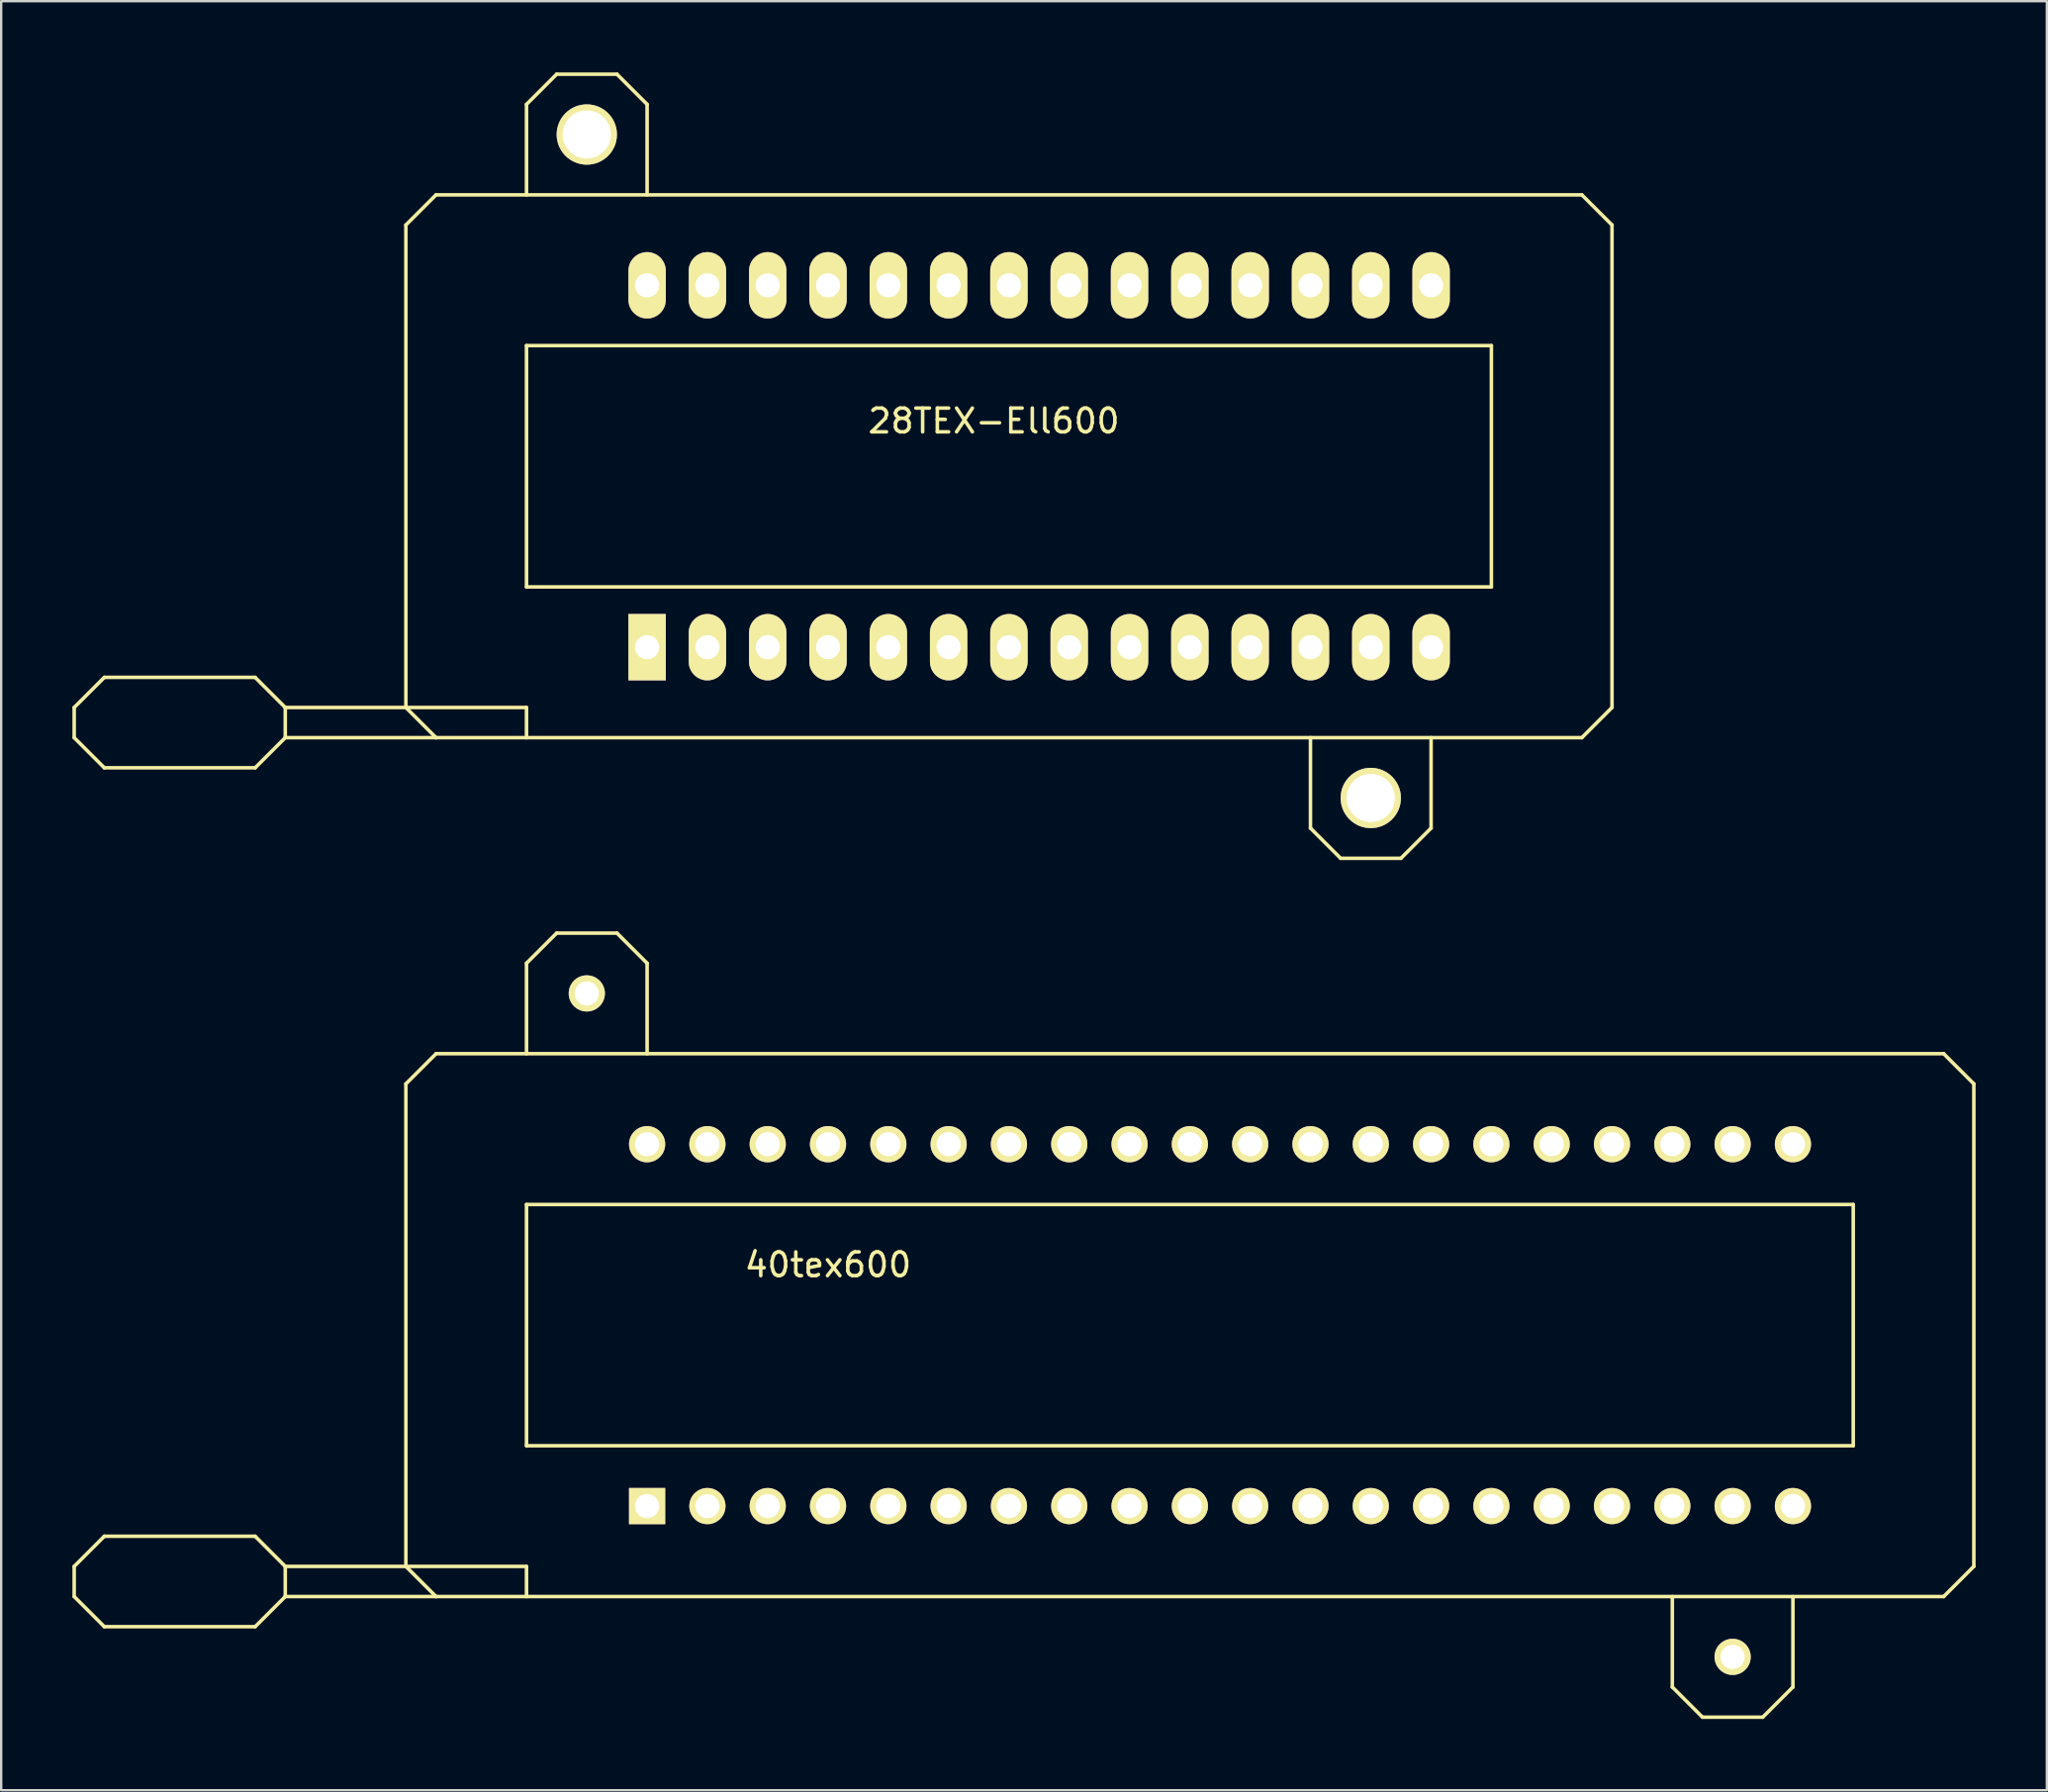
<source format=kicad_pcb>
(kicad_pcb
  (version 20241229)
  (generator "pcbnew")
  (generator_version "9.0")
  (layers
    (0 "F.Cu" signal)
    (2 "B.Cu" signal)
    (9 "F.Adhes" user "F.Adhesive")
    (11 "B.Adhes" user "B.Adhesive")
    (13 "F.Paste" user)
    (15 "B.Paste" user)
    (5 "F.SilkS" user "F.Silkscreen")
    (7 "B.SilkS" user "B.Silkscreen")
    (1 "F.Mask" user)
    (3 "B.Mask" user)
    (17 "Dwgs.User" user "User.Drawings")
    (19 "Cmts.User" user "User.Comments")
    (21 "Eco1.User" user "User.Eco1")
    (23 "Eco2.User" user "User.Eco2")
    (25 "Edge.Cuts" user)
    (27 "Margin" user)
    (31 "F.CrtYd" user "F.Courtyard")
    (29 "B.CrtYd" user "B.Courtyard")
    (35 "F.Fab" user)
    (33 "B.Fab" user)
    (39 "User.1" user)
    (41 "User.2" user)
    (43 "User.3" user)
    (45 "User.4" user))
  (footprint "40tex600"
    (layer "F.Cu")
    (at 48.335 52.755)
    (property "Reference" "40tex600" (at -16.51 -2.54 0) (layer "F.SilkS") (effects (font (size 1 1) (thickness 0.15))))
    (attr through_hole)
    (fp_line (start -48.26 10.16) (end -48.26 11.43) (stroke (width 0.15) (type solid)) (layer "F.SilkS"))
    (fp_line (start -48.26 11.43) (end -46.99 12.7) (stroke (width 0.15) (type solid)) (layer "F.SilkS"))
    (fp_line (start -46.99 8.89) (end -48.26 10.16) (stroke (width 0.15) (type solid)) (layer "F.SilkS"))
    (fp_line (start -46.99 12.7) (end -40.64 12.7) (stroke (width 0.15) (type solid)) (layer "F.SilkS"))
    (fp_line (start -40.64 8.89) (end -46.99 8.89) (stroke (width 0.15) (type solid)) (layer "F.SilkS"))
    (fp_line (start -40.64 12.7) (end -39.37 11.43) (stroke (width 0.15) (type solid)) (layer "F.SilkS"))
    (fp_line (start -39.37 10.16) (end -40.64 8.89) (stroke (width 0.15) (type solid)) (layer "F.SilkS"))
    (fp_line (start -39.37 10.16) (end -29.21 10.16) (stroke (width 0.15) (type solid)) (layer "F.SilkS"))
    (fp_line (start -39.37 11.43) (end -39.37 10.16) (stroke (width 0.15) (type solid)) (layer "F.SilkS"))
    (fp_line (start -39.37 11.43) (end -33.02 11.43) (stroke (width 0.15) (type solid)) (layer "F.SilkS"))
    (fp_line (start -34.29 -10.16) (end -33.02 -11.43) (stroke (width 0.15) (type solid)) (layer "F.SilkS"))
    (fp_line (start -34.29 10.16) (end -34.29 -10.16) (stroke (width 0.15) (type solid)) (layer "F.SilkS"))
    (fp_line (start -33.02 -11.43) (end 30.48 -11.43) (stroke (width 0.15) (type solid)) (layer "F.SilkS"))
    (fp_line (start -33.02 11.43) (end -34.29 10.16) (stroke (width 0.15) (type solid)) (layer "F.SilkS"))
    (fp_line (start -29.21 -15.24) (end -29.21 -11.43) (stroke (width 0.15) (type solid)) (layer "F.SilkS"))
    (fp_line (start -29.21 -5.08) (end 26.67 -5.08) (stroke (width 0.15) (type solid)) (layer "F.SilkS"))
    (fp_line (start -29.21 5.08) (end -29.21 -5.08) (stroke (width 0.15) (type solid)) (layer "F.SilkS"))
    (fp_line (start -29.21 10.16) (end -29.21 11.43) (stroke (width 0.15) (type solid)) (layer "F.SilkS"))
    (fp_line (start -27.94 -16.51) (end -29.21 -15.24) (stroke (width 0.15) (type solid)) (layer "F.SilkS"))
    (fp_line (start -25.4 -16.51) (end -27.94 -16.51) (stroke (width 0.15) (type solid)) (layer "F.SilkS"))
    (fp_line (start -24.13 -15.24) (end -25.4 -16.51) (stroke (width 0.15) (type solid)) (layer "F.SilkS"))
    (fp_line (start -24.13 -11.43) (end -24.13 -15.24) (stroke (width 0.15) (type solid)) (layer "F.SilkS"))
    (fp_line (start 19.05 15.24) (end 19.05 11.43) (stroke (width 0.15) (type solid)) (layer "F.SilkS"))
    (fp_line (start 20.32 16.51) (end 19.05 15.24) (stroke (width 0.15) (type solid)) (layer "F.SilkS"))
    (fp_line (start 22.86 16.51) (end 20.32 16.51) (stroke (width 0.15) (type solid)) (layer "F.SilkS"))
    (fp_line (start 24.13 11.43) (end 24.13 15.24) (stroke (width 0.15) (type solid)) (layer "F.SilkS"))
    (fp_line (start 24.13 15.24) (end 22.86 16.51) (stroke (width 0.15) (type solid)) (layer "F.SilkS"))
    (fp_line (start 26.67 -5.08) (end 26.67 5.08) (stroke (width 0.15) (type solid)) (layer "F.SilkS"))
    (fp_line (start 26.67 5.08) (end -29.21 5.08) (stroke (width 0.15) (type solid)) (layer "F.SilkS"))
    (fp_line (start 30.48 -11.43) (end 31.75 -10.16) (stroke (width 0.15) (type solid)) (layer "F.SilkS"))
    (fp_line (start 30.48 11.43) (end -33.02 11.43) (stroke (width 0.15) (type solid)) (layer "F.SilkS"))
    (fp_line (start 31.75 -10.16) (end 31.75 10.16) (stroke (width 0.15) (type solid)) (layer "F.SilkS"))
    (fp_line (start 31.75 10.16) (end 30.48 11.43) (stroke (width 0.15) (type solid)) (layer "F.SilkS"))
    (pad "1" thru_hole rect (at -24.13 7.62) (size 1.524 1.524) (drill 1.016) (layers "*.Cu" "*.Mask" "F.SilkS"))
    (pad "2" thru_hole circle (at -21.59 7.62) (size 1.524 1.524) (drill 1.016) (layers "*.Cu" "*.Mask" "F.SilkS"))
    (pad "3" thru_hole circle (at -19.05 7.62) (size 1.524 1.524) (drill 1.016) (layers "*.Cu" "*.Mask" "F.SilkS"))
    (pad "4" thru_hole circle (at -16.51 7.62) (size 1.524 1.524) (drill 1.016) (layers "*.Cu" "*.Mask" "F.SilkS"))
    (pad "5" thru_hole circle (at -13.97 7.62) (size 1.524 1.524) (drill 1.016) (layers "*.Cu" "*.Mask" "F.SilkS"))
    (pad "6" thru_hole circle (at -11.43 7.62) (size 1.524 1.524) (drill 1.016) (layers "*.Cu" "*.Mask" "F.SilkS"))
    (pad "7" thru_hole circle (at -8.89 7.62) (size 1.524 1.524) (drill 1.016) (layers "*.Cu" "*.Mask" "F.SilkS"))
    (pad "8" thru_hole circle (at -6.35 7.62) (size 1.524 1.524) (drill 1.016) (layers "*.Cu" "*.Mask" "F.SilkS"))
    (pad "9" thru_hole circle (at -3.81 7.62) (size 1.524 1.524) (drill 1.016) (layers "*.Cu" "*.Mask" "F.SilkS"))
    (pad "10" thru_hole circle (at -1.27 7.62) (size 1.524 1.524) (drill 1.016) (layers "*.Cu" "*.Mask" "F.SilkS"))
    (pad "11" thru_hole circle (at 1.27 7.62) (size 1.524 1.524) (drill 1.016) (layers "*.Cu" "*.Mask" "F.SilkS"))
    (pad "12" thru_hole circle (at 3.81 7.62) (size 1.524 1.524) (drill 1.016) (layers "*.Cu" "*.Mask" "F.SilkS"))
    (pad "13" thru_hole circle (at 6.35 7.62) (size 1.524 1.524) (drill 1.016) (layers "*.Cu" "*.Mask" "F.SilkS"))
    (pad "14" thru_hole circle (at 8.89 7.62) (size 1.524 1.524) (drill 1.016) (layers "*.Cu" "*.Mask" "F.SilkS"))
    (pad "15" thru_hole circle (at 11.43 7.62) (size 1.524 1.524) (drill 1.016) (layers "*.Cu" "*.Mask" "F.SilkS"))
    (pad "16" thru_hole circle (at 13.97 7.62) (size 1.524 1.524) (drill 1.016) (layers "*.Cu" "*.Mask" "F.SilkS"))
    (pad "17" thru_hole circle (at 16.51 7.62) (size 1.524 1.524) (drill 1.016) (layers "*.Cu" "*.Mask" "F.SilkS"))
    (pad "18" thru_hole circle (at 19.05 7.62) (size 1.524 1.524) (drill 1.016) (layers "*.Cu" "*.Mask" "F.SilkS"))
    (pad "19" thru_hole circle (at 21.59 7.62) (size 1.524 1.524) (drill 1.016) (layers "*.Cu" "*.Mask" "F.SilkS"))
    (pad "20" thru_hole circle (at 24.13 7.62) (size 1.524 1.524) (drill 1.016) (layers "*.Cu" "*.Mask" "F.SilkS"))
    (pad "21" thru_hole circle (at 24.13 -7.62) (size 1.524 1.524) (drill 1.016) (layers "*.Cu" "*.Mask" "F.SilkS"))
    (pad "22" thru_hole circle (at 21.59 -7.62) (size 1.524 1.524) (drill 1.016) (layers "*.Cu" "*.Mask" "F.SilkS"))
    (pad "23" thru_hole circle (at 19.05 -7.62) (size 1.524 1.524) (drill 1.016) (layers "*.Cu" "*.Mask" "F.SilkS"))
    (pad "24" thru_hole circle (at 16.51 -7.62) (size 1.524 1.524) (drill 1.016) (layers "*.Cu" "*.Mask" "F.SilkS"))
    (pad "25" thru_hole circle (at 13.97 -7.62) (size 1.524 1.524) (drill 1.016) (layers "*.Cu" "*.Mask" "F.SilkS"))
    (pad "26" thru_hole circle (at 11.43 -7.62) (size 1.524 1.524) (drill 1.016) (layers "*.Cu" "*.Mask" "F.SilkS"))
    (pad "27" thru_hole circle (at 8.89 -7.62) (size 1.524 1.524) (drill 1.016) (layers "*.Cu" "*.Mask" "F.SilkS"))
    (pad "28" thru_hole circle (at 6.35 -7.62) (size 1.524 1.524) (drill 1.016) (layers "*.Cu" "*.Mask" "F.SilkS"))
    (pad "29" thru_hole circle (at 3.81 -7.62) (size 1.524 1.524) (drill 1.016) (layers "*.Cu" "*.Mask" "F.SilkS"))
    (pad "30" thru_hole circle (at 1.27 -7.62) (size 1.524 1.524) (drill 1.016) (layers "*.Cu" "*.Mask" "F.SilkS"))
    (pad "31" thru_hole circle (at -1.27 -7.62) (size 1.524 1.524) (drill 1.016) (layers "*.Cu" "*.Mask" "F.SilkS"))
    (pad "32" thru_hole circle (at -3.81 -7.62) (size 1.524 1.524) (drill 1.016) (layers "*.Cu" "*.Mask" "F.SilkS"))
    (pad "33" thru_hole circle (at -6.35 -7.62) (size 1.524 1.524) (drill 1.016) (layers "*.Cu" "*.Mask" "F.SilkS"))
    (pad "34" thru_hole circle (at -8.89 -7.62) (size 1.524 1.524) (drill 1.016) (layers "*.Cu" "*.Mask" "F.SilkS"))
    (pad "35" thru_hole circle (at -11.43 -7.62) (size 1.524 1.524) (drill 1.016) (layers "*.Cu" "*.Mask" "F.SilkS"))
    (pad "36" thru_hole circle (at -13.97 -7.62) (size 1.524 1.524) (drill 1.016) (layers "*.Cu" "*.Mask" "F.SilkS"))
    (pad "37" thru_hole circle (at -16.51 -7.62) (size 1.524 1.524) (drill 1.016) (layers "*.Cu" "*.Mask" "F.SilkS"))
    (pad "38" thru_hole circle (at -19.05 -7.62) (size 1.524 1.524) (drill 1.016) (layers "*.Cu" "*.Mask" "F.SilkS"))
    (pad "39" thru_hole circle (at -21.59 -7.62) (size 1.524 1.524) (drill 1.016) (layers "*.Cu" "*.Mask" "F.SilkS"))
    (pad "40" thru_hole circle (at -24.13 -7.62) (size 1.524 1.524) (drill 1.016) (layers "*.Cu" "*.Mask" "F.SilkS"))
    (pad "HOLE" thru_hole circle (at -26.67 -13.97) (size 1.524 1.524) (drill 1.016) (layers "*.Cu" "*.Mask" "F.SilkS"))
    (pad "HOLE" thru_hole circle (at 21.59 13.97) (size 1.524 1.524) (drill 1.016) (layers "*.Cu" "*.Mask" "F.SilkS")))
  (footprint "28TEX-Ell600"
    (layer "F.Cu")
    (at 40.715 16.585)
    (property "Reference" "28TEX-Ell600" (at -1.905 -1.905 0) (layer "F.SilkS") (effects (font (size 1 1) (thickness 0.15))))
    (attr through_hole)
    (fp_line (start -40.64 10.16) (end -40.64 11.43) (stroke (width 0.15) (type solid)) (layer "F.SilkS"))
    (fp_line (start -40.64 11.43) (end -39.37 12.7) (stroke (width 0.15) (type solid)) (layer "F.SilkS"))
    (fp_line (start -39.37 8.89) (end -40.64 10.16) (stroke (width 0.15) (type solid)) (layer "F.SilkS"))
    (fp_line (start -39.37 12.7) (end -33.02 12.7) (stroke (width 0.15) (type solid)) (layer "F.SilkS"))
    (fp_line (start -33.02 8.89) (end -39.37 8.89) (stroke (width 0.15) (type solid)) (layer "F.SilkS"))
    (fp_line (start -33.02 12.7) (end -31.75 11.43) (stroke (width 0.15) (type solid)) (layer "F.SilkS"))
    (fp_line (start -31.75 10.16) (end -33.02 8.89) (stroke (width 0.15) (type solid)) (layer "F.SilkS"))
    (fp_line (start -31.75 10.16) (end -21.59 10.16) (stroke (width 0.15) (type solid)) (layer "F.SilkS"))
    (fp_line (start -31.75 11.43) (end -31.75 10.16) (stroke (width 0.15) (type solid)) (layer "F.SilkS"))
    (fp_line (start -31.75 11.43) (end -25.4 11.43) (stroke (width 0.15) (type solid)) (layer "F.SilkS"))
    (fp_line (start -26.67 -10.16) (end -26.67 10.16) (stroke (width 0.15) (type solid)) (layer "F.SilkS"))
    (fp_line (start -26.67 10.16) (end -25.4 11.43) (stroke (width 0.15) (type solid)) (layer "F.SilkS"))
    (fp_line (start -25.4 -11.43) (end -26.67 -10.16) (stroke (width 0.15) (type solid)) (layer "F.SilkS"))
    (fp_line (start -25.4 11.43) (end 22.86 11.43) (stroke (width 0.15) (type solid)) (layer "F.SilkS"))
    (fp_line (start -21.59 -15.24) (end -21.59 -11.43) (stroke (width 0.15) (type solid)) (layer "F.SilkS"))
    (fp_line (start -21.59 -5.08) (end -21.59 5.08) (stroke (width 0.15) (type solid)) (layer "F.SilkS"))
    (fp_line (start -21.59 5.08) (end 19.05 5.08) (stroke (width 0.15) (type solid)) (layer "F.SilkS"))
    (fp_line (start -21.59 10.16) (end -21.59 11.43) (stroke (width 0.15) (type solid)) (layer "F.SilkS"))
    (fp_line (start -20.32 -16.51) (end -21.59 -15.24) (stroke (width 0.15) (type solid)) (layer "F.SilkS"))
    (fp_line (start -17.78 -16.51) (end -20.32 -16.51) (stroke (width 0.15) (type solid)) (layer "F.SilkS"))
    (fp_line (start -16.51 -15.24) (end -17.78 -16.51) (stroke (width 0.15) (type solid)) (layer "F.SilkS"))
    (fp_line (start -16.51 -11.43) (end -16.51 -15.24) (stroke (width 0.15) (type solid)) (layer "F.SilkS"))
    (fp_line (start 11.43 15.24) (end 11.43 11.43) (stroke (width 0.15) (type solid)) (layer "F.SilkS"))
    (fp_line (start 12.7 16.51) (end 11.43 15.24) (stroke (width 0.15) (type solid)) (layer "F.SilkS"))
    (fp_line (start 15.24 16.51) (end 12.7 16.51) (stroke (width 0.15) (type solid)) (layer "F.SilkS"))
    (fp_line (start 16.51 11.43) (end 16.51 15.24) (stroke (width 0.15) (type solid)) (layer "F.SilkS"))
    (fp_line (start 16.51 15.24) (end 15.24 16.51) (stroke (width 0.15) (type solid)) (layer "F.SilkS"))
    (fp_line (start 19.05 -5.08) (end -21.59 -5.08) (stroke (width 0.15) (type solid)) (layer "F.SilkS"))
    (fp_line (start 19.05 5.08) (end 19.05 -5.08) (stroke (width 0.15) (type solid)) (layer "F.SilkS"))
    (fp_line (start 22.86 -11.43) (end -25.4 -11.43) (stroke (width 0.15) (type solid)) (layer "F.SilkS"))
    (fp_line (start 22.86 11.43) (end 24.13 10.16) (stroke (width 0.15) (type solid)) (layer "F.SilkS"))
    (fp_line (start 24.13 -10.16) (end 22.86 -11.43) (stroke (width 0.15) (type solid)) (layer "F.SilkS"))
    (fp_line (start 24.13 10.16) (end 24.13 -10.16) (stroke (width 0.15) (type solid)) (layer "F.SilkS"))
    (pad "1" thru_hole rect (at -16.51 7.62) (size 1.575 2.794) (drill 1.016) (layers "*.Cu" "*.Mask" "F.SilkS"))
    (pad "2" thru_hole oval (at -13.97 7.62) (size 1.575 2.794) (drill 1.016) (layers "*.Cu" "*.Mask" "F.SilkS"))
    (pad "3" thru_hole oval (at -11.43 7.62) (size 1.575 2.794) (drill 1.016) (layers "*.Cu" "*.Mask" "F.SilkS"))
    (pad "4" thru_hole oval (at -8.89 7.62) (size 1.575 2.794) (drill 1.016) (layers "*.Cu" "*.Mask" "F.SilkS"))
    (pad "5" thru_hole oval (at -6.35 7.62) (size 1.575 2.794) (drill 1.016) (layers "*.Cu" "*.Mask" "F.SilkS"))
    (pad "6" thru_hole oval (at -3.81 7.62) (size 1.575 2.794) (drill 1.016) (layers "*.Cu" "*.Mask" "F.SilkS"))
    (pad "7" thru_hole oval (at -1.27 7.62) (size 1.575 2.794) (drill 1.016) (layers "*.Cu" "*.Mask" "F.SilkS"))
    (pad "8" thru_hole oval (at 1.27 7.62) (size 1.575 2.794) (drill 1.016) (layers "*.Cu" "*.Mask" "F.SilkS"))
    (pad "9" thru_hole oval (at 3.81 7.62) (size 1.575 2.794) (drill 1.016) (layers "*.Cu" "*.Mask" "F.SilkS"))
    (pad "10" thru_hole oval (at 6.35 7.62) (size 1.575 2.794) (drill 1.016) (layers "*.Cu" "*.Mask" "F.SilkS"))
    (pad "11" thru_hole oval (at 8.89 7.62) (size 1.575 2.794) (drill 1.016) (layers "*.Cu" "*.Mask" "F.SilkS"))
    (pad "12" thru_hole oval (at 11.43 7.62) (size 1.575 2.794) (drill 1.016) (layers "*.Cu" "*.Mask" "F.SilkS"))
    (pad "13" thru_hole oval (at 13.97 7.62) (size 1.575 2.794) (drill 1.016) (layers "*.Cu" "*.Mask" "F.SilkS"))
    (pad "14" thru_hole oval (at 16.51 7.62) (size 1.575 2.794) (drill 1.016) (layers "*.Cu" "*.Mask" "F.SilkS"))
    (pad "15" thru_hole oval (at 16.51 -7.62) (size 1.575 2.794) (drill 1.016) (layers "*.Cu" "*.Mask" "F.SilkS"))
    (pad "16" thru_hole oval (at 13.97 -7.62) (size 1.575 2.794) (drill 1.016) (layers "*.Cu" "*.Mask" "F.SilkS"))
    (pad "17" thru_hole oval (at 11.43 -7.62) (size 1.575 2.794) (drill 1.016) (layers "*.Cu" "*.Mask" "F.SilkS"))
    (pad "18" thru_hole oval (at 8.89 -7.62) (size 1.575 2.794) (drill 1.016) (layers "*.Cu" "*.Mask" "F.SilkS"))
    (pad "19" thru_hole oval (at 6.35 -7.62) (size 1.575 2.794) (drill 1.016) (layers "*.Cu" "*.Mask" "F.SilkS"))
    (pad "20" thru_hole oval (at 3.81 -7.62) (size 1.575 2.794) (drill 1.016) (layers "*.Cu" "*.Mask" "F.SilkS"))
    (pad "21" thru_hole oval (at 1.27 -7.62) (size 1.575 2.794) (drill 1.016) (layers "*.Cu" "*.Mask" "F.SilkS"))
    (pad "22" thru_hole oval (at -1.27 -7.62) (size 1.575 2.794) (drill 1.016) (layers "*.Cu" "*.Mask" "F.SilkS"))
    (pad "23" thru_hole oval (at -3.81 -7.62) (size 1.575 2.794) (drill 1.016) (layers "*.Cu" "*.Mask" "F.SilkS"))
    (pad "24" thru_hole oval (at -6.35 -7.62) (size 1.575 2.794) (drill 1.016) (layers "*.Cu" "*.Mask" "F.SilkS"))
    (pad "25" thru_hole oval (at -8.89 -7.62) (size 1.575 2.794) (drill 1.016) (layers "*.Cu" "*.Mask" "F.SilkS"))
    (pad "26" thru_hole oval (at -11.43 -7.62) (size 1.575 2.794) (drill 1.016) (layers "*.Cu" "*.Mask" "F.SilkS"))
    (pad "27" thru_hole oval (at -13.97 -7.62) (size 1.575 2.794) (drill 1.016) (layers "*.Cu" "*.Mask" "F.SilkS"))
    (pad "28" thru_hole oval (at -16.51 -7.62) (size 1.575 2.794) (drill 1.016) (layers "*.Cu" "*.Mask" "F.SilkS"))
    (pad "HOLE" thru_hole circle (at -19.05 -13.97) (size 2.54 2.54) (drill 2.032) (layers "*.Cu" "*.Mask" "F.SilkS"))
    (pad "HOLE" thru_hole circle (at 13.97 13.97) (size 2.54 2.54) (drill 2.032) (layers "*.Cu" "*.Mask" "F.SilkS")))
  (gr_rect
    (start -3 -3)
    (end 83.16 72.34)
    (stroke (width 0.1) (type default))
    (fill no)
    (layer "Edge.Cuts")))
</source>
